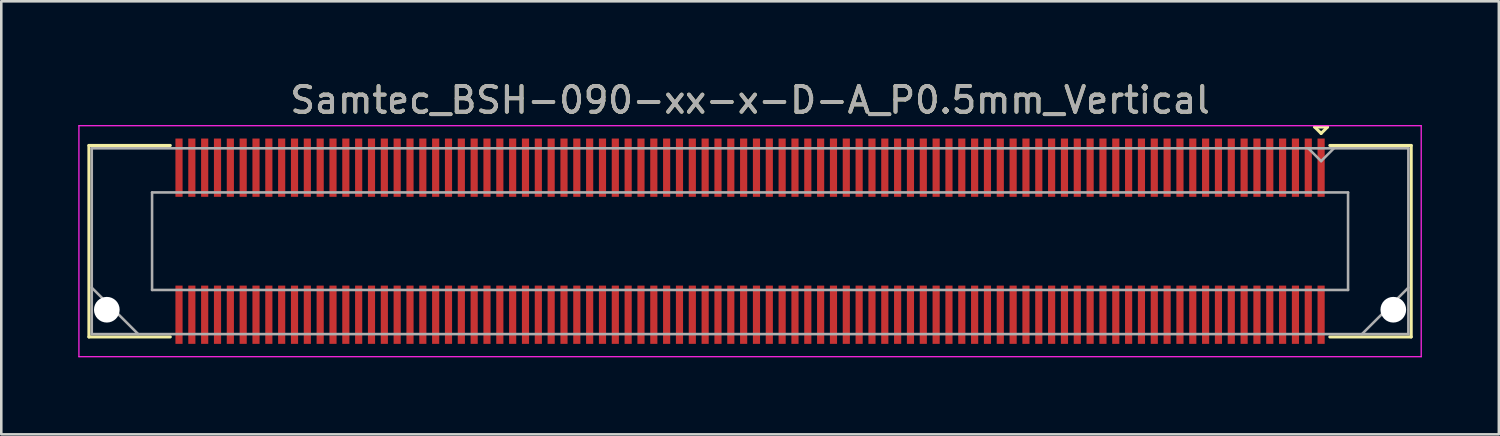
<source format=kicad_pcb>
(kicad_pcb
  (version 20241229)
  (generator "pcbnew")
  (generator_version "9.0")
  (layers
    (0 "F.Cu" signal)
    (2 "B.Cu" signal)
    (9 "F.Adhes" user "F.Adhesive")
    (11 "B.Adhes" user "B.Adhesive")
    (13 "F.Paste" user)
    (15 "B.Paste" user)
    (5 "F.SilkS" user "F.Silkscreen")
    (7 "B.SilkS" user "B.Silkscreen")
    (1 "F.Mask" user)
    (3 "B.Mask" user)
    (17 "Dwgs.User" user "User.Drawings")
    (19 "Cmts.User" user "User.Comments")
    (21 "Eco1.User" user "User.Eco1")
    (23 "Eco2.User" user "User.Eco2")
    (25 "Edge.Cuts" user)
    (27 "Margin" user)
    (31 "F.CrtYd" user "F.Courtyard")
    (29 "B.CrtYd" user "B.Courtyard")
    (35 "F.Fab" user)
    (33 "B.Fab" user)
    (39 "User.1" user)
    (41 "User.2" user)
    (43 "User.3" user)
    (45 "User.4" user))
  (footprint "Samtec_BSH-090-xx-x-D-A_P0.5mm_Vertical"
    (layer "F.Cu")
    (at 26.175 6.348)
    (property "Reference" "Samtec_BSH-090-xx-x-D-A_P0.5mm_Vertical" (at 0 -5.5 0) (layer "F.SilkS") (effects (font (size 1 1) (thickness 0.15))))
    (attr smd)
    (fp_line (start -25.76 -3.73) (end -22.59 -3.73) (stroke (width 0.12) (type solid)) (layer "F.SilkS"))
    (fp_line (start -25.76 3.73) (end -25.76 -3.73) (stroke (width 0.12) (type solid)) (layer "F.SilkS"))
    (fp_line (start -22.59 3.73) (end -25.76 3.73) (stroke (width 0.12) (type solid)) (layer "F.SilkS"))
    (fp_line (start 22 -4.45) (end 22.5 -4.45) (stroke (width 0.12) (type solid)) (layer "F.SilkS"))
    (fp_line (start 22.25 -4.2) (end 22 -4.45) (stroke (width 0.12) (type solid)) (layer "F.SilkS"))
    (fp_line (start 22.5 -4.45) (end 22.25 -4.2) (stroke (width 0.12) (type solid)) (layer "F.SilkS"))
    (fp_line (start 22.59 3.73) (end 25.76 3.73) (stroke (width 0.12) (type solid)) (layer "F.SilkS"))
    (fp_line (start 25.76 -3.73) (end 22.59 -3.73) (stroke (width 0.12) (type solid)) (layer "F.SilkS"))
    (fp_line (start 25.76 3.73) (end 25.76 -3.73) (stroke (width 0.12) (type solid)) (layer "F.SilkS"))
    (fp_line (start -26.15 -4.5) (end -26.15 4.5) (stroke (width 0.05) (type solid)) (layer "F.CrtYd"))
    (fp_line (start -26.15 4.5) (end 26.15 4.5) (stroke (width 0.05) (type solid)) (layer "F.CrtYd"))
    (fp_line (start 26.15 -4.5) (end -26.15 -4.5) (stroke (width 0.05) (type solid)) (layer "F.CrtYd"))
    (fp_line (start 26.15 4.5) (end 26.15 -4.5) (stroke (width 0.05) (type solid)) (layer "F.CrtYd"))
    (fp_line (start -25.65 -3.62) (end -25.65 3.62) (stroke (width 0.1) (type solid)) (layer "F.Fab"))
    (fp_line (start -25.65 1.81) (end -23.84 3.62) (stroke (width 0.1) (type solid)) (layer "F.Fab"))
    (fp_line (start -25.65 3.62) (end 25.65 3.62) (stroke (width 0.1) (type solid)) (layer "F.Fab"))
    (fp_line (start -23.3 -1.9) (end -23.3 1.9) (stroke (width 0.1) (type solid)) (layer "F.Fab"))
    (fp_line (start -23.3 1.9) (end 23.3 1.9) (stroke (width 0.1) (type solid)) (layer "F.Fab"))
    (fp_line (start 22.25 -3.12) (end 21.75 -3.62) (stroke (width 0.1) (type solid)) (layer "F.Fab"))
    (fp_line (start 22.75 -3.62) (end 22.25 -3.12) (stroke (width 0.1) (type solid)) (layer "F.Fab"))
    (fp_line (start 23.3 -1.9) (end -23.3 -1.9) (stroke (width 0.1) (type solid)) (layer "F.Fab"))
    (fp_line (start 23.3 1.9) (end 23.3 -1.9) (stroke (width 0.1) (type solid)) (layer "F.Fab"))
    (fp_line (start 25.65 -3.62) (end -25.65 -3.62) (stroke (width 0.1) (type solid)) (layer "F.Fab"))
    (fp_line (start 25.65 1.81) (end 23.84 3.62) (stroke (width 0.1) (type solid)) (layer "F.Fab"))
    (fp_line (start 25.65 3.62) (end 25.65 -3.62) (stroke (width 0.1) (type solid)) (layer "F.Fab"))
    (fp_text user "${REFERENCE}" (at 0 -5.5 0) (layer "F.Fab") (effects (font (size 1 1) (thickness 0.15))))
    (pad "" np_thru_hole circle (at -25.063 2.67) (size 1 1) (drill 1) (layers "*.Cu" "*.Mask"))
    (pad "" np_thru_hole circle (at 25.063 2.67) (size 1 1) (drill 1) (layers "*.Cu" "*.Mask"))
    (pad "1" smd rect (at 22.25 -2.865) (size 0.279 2.27) (layers "F.Cu" "F.Mask" "F.Paste"))
    (pad "2" smd rect (at 22.25 2.865) (size 0.279 2.27) (layers "F.Cu" "F.Mask" "F.Paste"))
    (pad "3" smd rect (at 21.75 -2.865) (size 0.279 2.27) (layers "F.Cu" "F.Mask" "F.Paste"))
    (pad "4" smd rect (at 21.75 2.865) (size 0.279 2.27) (layers "F.Cu" "F.Mask" "F.Paste"))
    (pad "5" smd rect (at 21.25 -2.865) (size 0.279 2.27) (layers "F.Cu" "F.Mask" "F.Paste"))
    (pad "6" smd rect (at 21.25 2.865) (size 0.279 2.27) (layers "F.Cu" "F.Mask" "F.Paste"))
    (pad "7" smd rect (at 20.75 -2.865) (size 0.279 2.27) (layers "F.Cu" "F.Mask" "F.Paste"))
    (pad "8" smd rect (at 20.75 2.865) (size 0.279 2.27) (layers "F.Cu" "F.Mask" "F.Paste"))
    (pad "9" smd rect (at 20.25 -2.865) (size 0.279 2.27) (layers "F.Cu" "F.Mask" "F.Paste"))
    (pad "10" smd rect (at 20.25 2.865) (size 0.279 2.27) (layers "F.Cu" "F.Mask" "F.Paste"))
    (pad "11" smd rect (at 19.75 -2.865) (size 0.279 2.27) (layers "F.Cu" "F.Mask" "F.Paste"))
    (pad "12" smd rect (at 19.75 2.865) (size 0.279 2.27) (layers "F.Cu" "F.Mask" "F.Paste"))
    (pad "13" smd rect (at 19.25 -2.865) (size 0.279 2.27) (layers "F.Cu" "F.Mask" "F.Paste"))
    (pad "14" smd rect (at 19.25 2.865) (size 0.279 2.27) (layers "F.Cu" "F.Mask" "F.Paste"))
    (pad "15" smd rect (at 18.75 -2.865) (size 0.279 2.27) (layers "F.Cu" "F.Mask" "F.Paste"))
    (pad "16" smd rect (at 18.75 2.865) (size 0.279 2.27) (layers "F.Cu" "F.Mask" "F.Paste"))
    (pad "17" smd rect (at 18.25 -2.865) (size 0.279 2.27) (layers "F.Cu" "F.Mask" "F.Paste"))
    (pad "18" smd rect (at 18.25 2.865) (size 0.279 2.27) (layers "F.Cu" "F.Mask" "F.Paste"))
    (pad "19" smd rect (at 17.75 -2.865) (size 0.279 2.27) (layers "F.Cu" "F.Mask" "F.Paste"))
    (pad "20" smd rect (at 17.75 2.865) (size 0.279 2.27) (layers "F.Cu" "F.Mask" "F.Paste"))
    (pad "21" smd rect (at 17.25 -2.865) (size 0.279 2.27) (layers "F.Cu" "F.Mask" "F.Paste"))
    (pad "22" smd rect (at 17.25 2.865) (size 0.279 2.27) (layers "F.Cu" "F.Mask" "F.Paste"))
    (pad "23" smd rect (at 16.75 -2.865) (size 0.279 2.27) (layers "F.Cu" "F.Mask" "F.Paste"))
    (pad "24" smd rect (at 16.75 2.865) (size 0.279 2.27) (layers "F.Cu" "F.Mask" "F.Paste"))
    (pad "25" smd rect (at 16.25 -2.865) (size 0.279 2.27) (layers "F.Cu" "F.Mask" "F.Paste"))
    (pad "26" smd rect (at 16.25 2.865) (size 0.279 2.27) (layers "F.Cu" "F.Mask" "F.Paste"))
    (pad "27" smd rect (at 15.75 -2.865) (size 0.279 2.27) (layers "F.Cu" "F.Mask" "F.Paste"))
    (pad "28" smd rect (at 15.75 2.865) (size 0.279 2.27) (layers "F.Cu" "F.Mask" "F.Paste"))
    (pad "29" smd rect (at 15.25 -2.865) (size 0.279 2.27) (layers "F.Cu" "F.Mask" "F.Paste"))
    (pad "30" smd rect (at 15.25 2.865) (size 0.279 2.27) (layers "F.Cu" "F.Mask" "F.Paste"))
    (pad "31" smd rect (at 14.75 -2.865) (size 0.279 2.27) (layers "F.Cu" "F.Mask" "F.Paste"))
    (pad "32" smd rect (at 14.75 2.865) (size 0.279 2.27) (layers "F.Cu" "F.Mask" "F.Paste"))
    (pad "33" smd rect (at 14.25 -2.865) (size 0.279 2.27) (layers "F.Cu" "F.Mask" "F.Paste"))
    (pad "34" smd rect (at 14.25 2.865) (size 0.279 2.27) (layers "F.Cu" "F.Mask" "F.Paste"))
    (pad "35" smd rect (at 13.75 -2.865) (size 0.279 2.27) (layers "F.Cu" "F.Mask" "F.Paste"))
    (pad "36" smd rect (at 13.75 2.865) (size 0.279 2.27) (layers "F.Cu" "F.Mask" "F.Paste"))
    (pad "37" smd rect (at 13.25 -2.865) (size 0.279 2.27) (layers "F.Cu" "F.Mask" "F.Paste"))
    (pad "38" smd rect (at 13.25 2.865) (size 0.279 2.27) (layers "F.Cu" "F.Mask" "F.Paste"))
    (pad "39" smd rect (at 12.75 -2.865) (size 0.279 2.27) (layers "F.Cu" "F.Mask" "F.Paste"))
    (pad "40" smd rect (at 12.75 2.865) (size 0.279 2.27) (layers "F.Cu" "F.Mask" "F.Paste"))
    (pad "41" smd rect (at 12.25 -2.865) (size 0.279 2.27) (layers "F.Cu" "F.Mask" "F.Paste"))
    (pad "42" smd rect (at 12.25 2.865) (size 0.279 2.27) (layers "F.Cu" "F.Mask" "F.Paste"))
    (pad "43" smd rect (at 11.75 -2.865) (size 0.279 2.27) (layers "F.Cu" "F.Mask" "F.Paste"))
    (pad "44" smd rect (at 11.75 2.865) (size 0.279 2.27) (layers "F.Cu" "F.Mask" "F.Paste"))
    (pad "45" smd rect (at 11.25 -2.865) (size 0.279 2.27) (layers "F.Cu" "F.Mask" "F.Paste"))
    (pad "46" smd rect (at 11.25 2.865) (size 0.279 2.27) (layers "F.Cu" "F.Mask" "F.Paste"))
    (pad "47" smd rect (at 10.75 -2.865) (size 0.279 2.27) (layers "F.Cu" "F.Mask" "F.Paste"))
    (pad "48" smd rect (at 10.75 2.865) (size 0.279 2.27) (layers "F.Cu" "F.Mask" "F.Paste"))
    (pad "49" smd rect (at 10.25 -2.865) (size 0.279 2.27) (layers "F.Cu" "F.Mask" "F.Paste"))
    (pad "50" smd rect (at 10.25 2.865) (size 0.279 2.27) (layers "F.Cu" "F.Mask" "F.Paste"))
    (pad "51" smd rect (at 9.75 -2.865) (size 0.279 2.27) (layers "F.Cu" "F.Mask" "F.Paste"))
    (pad "52" smd rect (at 9.75 2.865) (size 0.279 2.27) (layers "F.Cu" "F.Mask" "F.Paste"))
    (pad "53" smd rect (at 9.25 -2.865) (size 0.279 2.27) (layers "F.Cu" "F.Mask" "F.Paste"))
    (pad "54" smd rect (at 9.25 2.865) (size 0.279 2.27) (layers "F.Cu" "F.Mask" "F.Paste"))
    (pad "55" smd rect (at 8.75 -2.865) (size 0.279 2.27) (layers "F.Cu" "F.Mask" "F.Paste"))
    (pad "56" smd rect (at 8.75 2.865) (size 0.279 2.27) (layers "F.Cu" "F.Mask" "F.Paste"))
    (pad "57" smd rect (at 8.25 -2.865) (size 0.279 2.27) (layers "F.Cu" "F.Mask" "F.Paste"))
    (pad "58" smd rect (at 8.25 2.865) (size 0.279 2.27) (layers "F.Cu" "F.Mask" "F.Paste"))
    (pad "59" smd rect (at 7.75 -2.865) (size 0.279 2.27) (layers "F.Cu" "F.Mask" "F.Paste"))
    (pad "60" smd rect (at 7.75 2.865) (size 0.279 2.27) (layers "F.Cu" "F.Mask" "F.Paste"))
    (pad "61" smd rect (at 7.25 -2.865) (size 0.279 2.27) (layers "F.Cu" "F.Mask" "F.Paste"))
    (pad "62" smd rect (at 7.25 2.865) (size 0.279 2.27) (layers "F.Cu" "F.Mask" "F.Paste"))
    (pad "63" smd rect (at 6.75 -2.865) (size 0.279 2.27) (layers "F.Cu" "F.Mask" "F.Paste"))
    (pad "64" smd rect (at 6.75 2.865) (size 0.279 2.27) (layers "F.Cu" "F.Mask" "F.Paste"))
    (pad "65" smd rect (at 6.25 -2.865) (size 0.279 2.27) (layers "F.Cu" "F.Mask" "F.Paste"))
    (pad "66" smd rect (at 6.25 2.865) (size 0.279 2.27) (layers "F.Cu" "F.Mask" "F.Paste"))
    (pad "67" smd rect (at 5.75 -2.865) (size 0.279 2.27) (layers "F.Cu" "F.Mask" "F.Paste"))
    (pad "68" smd rect (at 5.75 2.865) (size 0.279 2.27) (layers "F.Cu" "F.Mask" "F.Paste"))
    (pad "69" smd rect (at 5.25 -2.865) (size 0.279 2.27) (layers "F.Cu" "F.Mask" "F.Paste"))
    (pad "70" smd rect (at 5.25 2.865) (size 0.279 2.27) (layers "F.Cu" "F.Mask" "F.Paste"))
    (pad "71" smd rect (at 4.75 -2.865) (size 0.279 2.27) (layers "F.Cu" "F.Mask" "F.Paste"))
    (pad "72" smd rect (at 4.75 2.865) (size 0.279 2.27) (layers "F.Cu" "F.Mask" "F.Paste"))
    (pad "73" smd rect (at 4.25 -2.865) (size 0.279 2.27) (layers "F.Cu" "F.Mask" "F.Paste"))
    (pad "74" smd rect (at 4.25 2.865) (size 0.279 2.27) (layers "F.Cu" "F.Mask" "F.Paste"))
    (pad "75" smd rect (at 3.75 -2.865) (size 0.279 2.27) (layers "F.Cu" "F.Mask" "F.Paste"))
    (pad "76" smd rect (at 3.75 2.865) (size 0.279 2.27) (layers "F.Cu" "F.Mask" "F.Paste"))
    (pad "77" smd rect (at 3.25 -2.865) (size 0.279 2.27) (layers "F.Cu" "F.Mask" "F.Paste"))
    (pad "78" smd rect (at 3.25 2.865) (size 0.279 2.27) (layers "F.Cu" "F.Mask" "F.Paste"))
    (pad "79" smd rect (at 2.75 -2.865) (size 0.279 2.27) (layers "F.Cu" "F.Mask" "F.Paste"))
    (pad "80" smd rect (at 2.75 2.865) (size 0.279 2.27) (layers "F.Cu" "F.Mask" "F.Paste"))
    (pad "81" smd rect (at 2.25 -2.865) (size 0.279 2.27) (layers "F.Cu" "F.Mask" "F.Paste"))
    (pad "82" smd rect (at 2.25 2.865) (size 0.279 2.27) (layers "F.Cu" "F.Mask" "F.Paste"))
    (pad "83" smd rect (at 1.75 -2.865) (size 0.279 2.27) (layers "F.Cu" "F.Mask" "F.Paste"))
    (pad "84" smd rect (at 1.75 2.865) (size 0.279 2.27) (layers "F.Cu" "F.Mask" "F.Paste"))
    (pad "85" smd rect (at 1.25 -2.865) (size 0.279 2.27) (layers "F.Cu" "F.Mask" "F.Paste"))
    (pad "86" smd rect (at 1.25 2.865) (size 0.279 2.27) (layers "F.Cu" "F.Mask" "F.Paste"))
    (pad "87" smd rect (at 0.75 -2.865) (size 0.279 2.27) (layers "F.Cu" "F.Mask" "F.Paste"))
    (pad "88" smd rect (at 0.75 2.865) (size 0.279 2.27) (layers "F.Cu" "F.Mask" "F.Paste"))
    (pad "89" smd rect (at 0.25 -2.865) (size 0.279 2.27) (layers "F.Cu" "F.Mask" "F.Paste"))
    (pad "90" smd rect (at 0.25 2.865) (size 0.279 2.27) (layers "F.Cu" "F.Mask" "F.Paste"))
    (pad "91" smd rect (at -0.25 -2.865) (size 0.279 2.27) (layers "F.Cu" "F.Mask" "F.Paste"))
    (pad "92" smd rect (at -0.25 2.865) (size 0.279 2.27) (layers "F.Cu" "F.Mask" "F.Paste"))
    (pad "93" smd rect (at -0.75 -2.865) (size 0.279 2.27) (layers "F.Cu" "F.Mask" "F.Paste"))
    (pad "94" smd rect (at -0.75 2.865) (size 0.279 2.27) (layers "F.Cu" "F.Mask" "F.Paste"))
    (pad "95" smd rect (at -1.25 -2.865) (size 0.279 2.27) (layers "F.Cu" "F.Mask" "F.Paste"))
    (pad "96" smd rect (at -1.25 2.865) (size 0.279 2.27) (layers "F.Cu" "F.Mask" "F.Paste"))
    (pad "97" smd rect (at -1.75 -2.865) (size 0.279 2.27) (layers "F.Cu" "F.Mask" "F.Paste"))
    (pad "98" smd rect (at -1.75 2.865) (size 0.279 2.27) (layers "F.Cu" "F.Mask" "F.Paste"))
    (pad "99" smd rect (at -2.25 -2.865) (size 0.279 2.27) (layers "F.Cu" "F.Mask" "F.Paste"))
    (pad "100" smd rect (at -2.25 2.865) (size 0.279 2.27) (layers "F.Cu" "F.Mask" "F.Paste"))
    (pad "101" smd rect (at -2.75 -2.865) (size 0.279 2.27) (layers "F.Cu" "F.Mask" "F.Paste"))
    (pad "102" smd rect (at -2.75 2.865) (size 0.279 2.27) (layers "F.Cu" "F.Mask" "F.Paste"))
    (pad "103" smd rect (at -3.25 -2.865) (size 0.279 2.27) (layers "F.Cu" "F.Mask" "F.Paste"))
    (pad "104" smd rect (at -3.25 2.865) (size 0.279 2.27) (layers "F.Cu" "F.Mask" "F.Paste"))
    (pad "105" smd rect (at -3.75 -2.865) (size 0.279 2.27) (layers "F.Cu" "F.Mask" "F.Paste"))
    (pad "106" smd rect (at -3.75 2.865) (size 0.279 2.27) (layers "F.Cu" "F.Mask" "F.Paste"))
    (pad "107" smd rect (at -4.25 -2.865) (size 0.279 2.27) (layers "F.Cu" "F.Mask" "F.Paste"))
    (pad "108" smd rect (at -4.25 2.865) (size 0.279 2.27) (layers "F.Cu" "F.Mask" "F.Paste"))
    (pad "109" smd rect (at -4.75 -2.865) (size 0.279 2.27) (layers "F.Cu" "F.Mask" "F.Paste"))
    (pad "110" smd rect (at -4.75 2.865) (size 0.279 2.27) (layers "F.Cu" "F.Mask" "F.Paste"))
    (pad "111" smd rect (at -5.25 -2.865) (size 0.279 2.27) (layers "F.Cu" "F.Mask" "F.Paste"))
    (pad "112" smd rect (at -5.25 2.865) (size 0.279 2.27) (layers "F.Cu" "F.Mask" "F.Paste"))
    (pad "113" smd rect (at -5.75 -2.865) (size 0.279 2.27) (layers "F.Cu" "F.Mask" "F.Paste"))
    (pad "114" smd rect (at -5.75 2.865) (size 0.279 2.27) (layers "F.Cu" "F.Mask" "F.Paste"))
    (pad "115" smd rect (at -6.25 -2.865) (size 0.279 2.27) (layers "F.Cu" "F.Mask" "F.Paste"))
    (pad "116" smd rect (at -6.25 2.865) (size 0.279 2.27) (layers "F.Cu" "F.Mask" "F.Paste"))
    (pad "117" smd rect (at -6.75 -2.865) (size 0.279 2.27) (layers "F.Cu" "F.Mask" "F.Paste"))
    (pad "118" smd rect (at -6.75 2.865) (size 0.279 2.27) (layers "F.Cu" "F.Mask" "F.Paste"))
    (pad "119" smd rect (at -7.25 -2.865) (size 0.279 2.27) (layers "F.Cu" "F.Mask" "F.Paste"))
    (pad "120" smd rect (at -7.25 2.865) (size 0.279 2.27) (layers "F.Cu" "F.Mask" "F.Paste"))
    (pad "121" smd rect (at -7.75 -2.865) (size 0.279 2.27) (layers "F.Cu" "F.Mask" "F.Paste"))
    (pad "122" smd rect (at -7.75 2.865) (size 0.279 2.27) (layers "F.Cu" "F.Mask" "F.Paste"))
    (pad "123" smd rect (at -8.25 -2.865) (size 0.279 2.27) (layers "F.Cu" "F.Mask" "F.Paste"))
    (pad "124" smd rect (at -8.25 2.865) (size 0.279 2.27) (layers "F.Cu" "F.Mask" "F.Paste"))
    (pad "125" smd rect (at -8.75 -2.865) (size 0.279 2.27) (layers "F.Cu" "F.Mask" "F.Paste"))
    (pad "126" smd rect (at -8.75 2.865) (size 0.279 2.27) (layers "F.Cu" "F.Mask" "F.Paste"))
    (pad "127" smd rect (at -9.25 -2.865) (size 0.279 2.27) (layers "F.Cu" "F.Mask" "F.Paste"))
    (pad "128" smd rect (at -9.25 2.865) (size 0.279 2.27) (layers "F.Cu" "F.Mask" "F.Paste"))
    (pad "129" smd rect (at -9.75 -2.865) (size 0.279 2.27) (layers "F.Cu" "F.Mask" "F.Paste"))
    (pad "130" smd rect (at -9.75 2.865) (size 0.279 2.27) (layers "F.Cu" "F.Mask" "F.Paste"))
    (pad "131" smd rect (at -10.25 -2.865) (size 0.279 2.27) (layers "F.Cu" "F.Mask" "F.Paste"))
    (pad "132" smd rect (at -10.25 2.865) (size 0.279 2.27) (layers "F.Cu" "F.Mask" "F.Paste"))
    (pad "133" smd rect (at -10.75 -2.865) (size 0.279 2.27) (layers "F.Cu" "F.Mask" "F.Paste"))
    (pad "134" smd rect (at -10.75 2.865) (size 0.279 2.27) (layers "F.Cu" "F.Mask" "F.Paste"))
    (pad "135" smd rect (at -11.25 -2.865) (size 0.279 2.27) (layers "F.Cu" "F.Mask" "F.Paste"))
    (pad "136" smd rect (at -11.25 2.865) (size 0.279 2.27) (layers "F.Cu" "F.Mask" "F.Paste"))
    (pad "137" smd rect (at -11.75 -2.865) (size 0.279 2.27) (layers "F.Cu" "F.Mask" "F.Paste"))
    (pad "138" smd rect (at -11.75 2.865) (size 0.279 2.27) (layers "F.Cu" "F.Mask" "F.Paste"))
    (pad "139" smd rect (at -12.25 -2.865) (size 0.279 2.27) (layers "F.Cu" "F.Mask" "F.Paste"))
    (pad "140" smd rect (at -12.25 2.865) (size 0.279 2.27) (layers "F.Cu" "F.Mask" "F.Paste"))
    (pad "141" smd rect (at -12.75 -2.865) (size 0.279 2.27) (layers "F.Cu" "F.Mask" "F.Paste"))
    (pad "142" smd rect (at -12.75 2.865) (size 0.279 2.27) (layers "F.Cu" "F.Mask" "F.Paste"))
    (pad "143" smd rect (at -13.25 -2.865) (size 0.279 2.27) (layers "F.Cu" "F.Mask" "F.Paste"))
    (pad "144" smd rect (at -13.25 2.865) (size 0.279 2.27) (layers "F.Cu" "F.Mask" "F.Paste"))
    (pad "145" smd rect (at -13.75 -2.865) (size 0.279 2.27) (layers "F.Cu" "F.Mask" "F.Paste"))
    (pad "146" smd rect (at -13.75 2.865) (size 0.279 2.27) (layers "F.Cu" "F.Mask" "F.Paste"))
    (pad "147" smd rect (at -14.25 -2.865) (size 0.279 2.27) (layers "F.Cu" "F.Mask" "F.Paste"))
    (pad "148" smd rect (at -14.25 2.865) (size 0.279 2.27) (layers "F.Cu" "F.Mask" "F.Paste"))
    (pad "149" smd rect (at -14.75 -2.865) (size 0.279 2.27) (layers "F.Cu" "F.Mask" "F.Paste"))
    (pad "150" smd rect (at -14.75 2.865) (size 0.279 2.27) (layers "F.Cu" "F.Mask" "F.Paste"))
    (pad "151" smd rect (at -15.25 -2.865) (size 0.279 2.27) (layers "F.Cu" "F.Mask" "F.Paste"))
    (pad "152" smd rect (at -15.25 2.865) (size 0.279 2.27) (layers "F.Cu" "F.Mask" "F.Paste"))
    (pad "153" smd rect (at -15.75 -2.865) (size 0.279 2.27) (layers "F.Cu" "F.Mask" "F.Paste"))
    (pad "154" smd rect (at -15.75 2.865) (size 0.279 2.27) (layers "F.Cu" "F.Mask" "F.Paste"))
    (pad "155" smd rect (at -16.25 -2.865) (size 0.279 2.27) (layers "F.Cu" "F.Mask" "F.Paste"))
    (pad "156" smd rect (at -16.25 2.865) (size 0.279 2.27) (layers "F.Cu" "F.Mask" "F.Paste"))
    (pad "157" smd rect (at -16.75 -2.865) (size 0.279 2.27) (layers "F.Cu" "F.Mask" "F.Paste"))
    (pad "158" smd rect (at -16.75 2.865) (size 0.279 2.27) (layers "F.Cu" "F.Mask" "F.Paste"))
    (pad "159" smd rect (at -17.25 -2.865) (size 0.279 2.27) (layers "F.Cu" "F.Mask" "F.Paste"))
    (pad "160" smd rect (at -17.25 2.865) (size 0.279 2.27) (layers "F.Cu" "F.Mask" "F.Paste"))
    (pad "161" smd rect (at -17.75 -2.865) (size 0.279 2.27) (layers "F.Cu" "F.Mask" "F.Paste"))
    (pad "162" smd rect (at -17.75 2.865) (size 0.279 2.27) (layers "F.Cu" "F.Mask" "F.Paste"))
    (pad "163" smd rect (at -18.25 -2.865) (size 0.279 2.27) (layers "F.Cu" "F.Mask" "F.Paste"))
    (pad "164" smd rect (at -18.25 2.865) (size 0.279 2.27) (layers "F.Cu" "F.Mask" "F.Paste"))
    (pad "165" smd rect (at -18.75 -2.865) (size 0.279 2.27) (layers "F.Cu" "F.Mask" "F.Paste"))
    (pad "166" smd rect (at -18.75 2.865) (size 0.279 2.27) (layers "F.Cu" "F.Mask" "F.Paste"))
    (pad "167" smd rect (at -19.25 -2.865) (size 0.279 2.27) (layers "F.Cu" "F.Mask" "F.Paste"))
    (pad "168" smd rect (at -19.25 2.865) (size 0.279 2.27) (layers "F.Cu" "F.Mask" "F.Paste"))
    (pad "169" smd rect (at -19.75 -2.865) (size 0.279 2.27) (layers "F.Cu" "F.Mask" "F.Paste"))
    (pad "170" smd rect (at -19.75 2.865) (size 0.279 2.27) (layers "F.Cu" "F.Mask" "F.Paste"))
    (pad "171" smd rect (at -20.25 -2.865) (size 0.279 2.27) (layers "F.Cu" "F.Mask" "F.Paste"))
    (pad "172" smd rect (at -20.25 2.865) (size 0.279 2.27) (layers "F.Cu" "F.Mask" "F.Paste"))
    (pad "173" smd rect (at -20.75 -2.865) (size 0.279 2.27) (layers "F.Cu" "F.Mask" "F.Paste"))
    (pad "174" smd rect (at -20.75 2.865) (size 0.279 2.27) (layers "F.Cu" "F.Mask" "F.Paste"))
    (pad "175" smd rect (at -21.25 -2.865) (size 0.279 2.27) (layers "F.Cu" "F.Mask" "F.Paste"))
    (pad "176" smd rect (at -21.25 2.865) (size 0.279 2.27) (layers "F.Cu" "F.Mask" "F.Paste"))
    (pad "177" smd rect (at -21.75 -2.865) (size 0.279 2.27) (layers "F.Cu" "F.Mask" "F.Paste"))
    (pad "178" smd rect (at -21.75 2.865) (size 0.279 2.27) (layers "F.Cu" "F.Mask" "F.Paste"))
    (pad "179" smd rect (at -22.25 -2.865) (size 0.279 2.27) (layers "F.Cu" "F.Mask" "F.Paste"))
    (pad "180" smd rect (at -22.25 2.865) (size 0.279 2.27) (layers "F.Cu" "F.Mask" "F.Paste")))
  (gr_rect
    (start -3 -3)
    (end 55.35 13.873)
    (stroke (width 0.1) (type default))
    (fill no)
    (layer "Edge.Cuts")))
</source>
